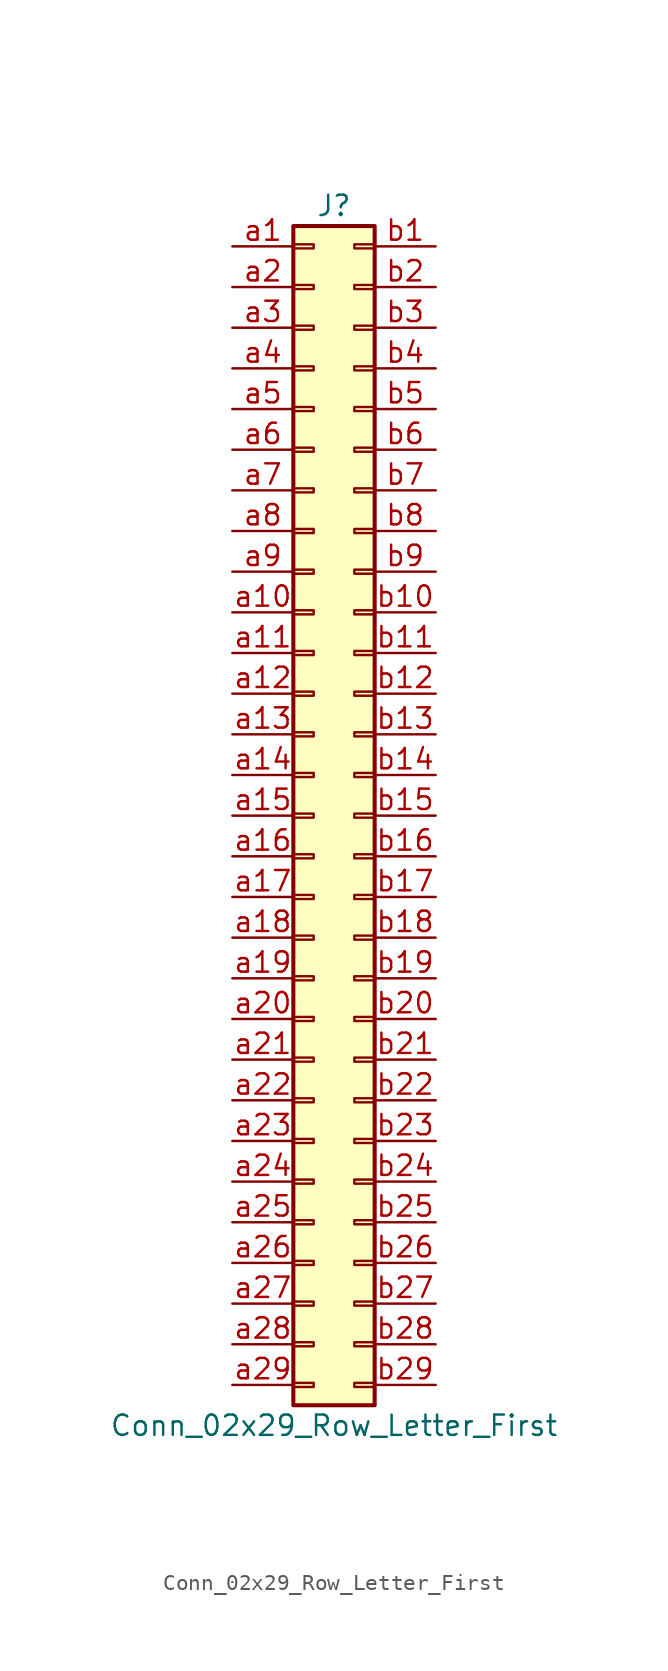
<source format=kicad_sym>
(kicad_symbol_lib
  (version 20201005)
  (generator kicad_symbol_editor)
  (symbol "Conn_02x29_Row_Letter_First"
    (pin_names
      (offset 1.016) hide)
    (property "Reference" "J"
      (at 1.27 38.1 0)
      (effects (font (size 1.27 1.27))))
    (property "Value" "Conn_02x29_Row_Letter_First"
      (at 1.27 -38.1 0)
      (effects (font (size 1.27 1.27))))
    (symbol "Conn_02x29_Row_Letter_First_1_1"
      (rectangle (start -1.27 -35.433) (end 0 -35.687) (stroke (width 0.152)) (fill (type none)))
      (rectangle (start -1.27 -32.893) (end 0 -33.147) (stroke (width 0.152)) (fill (type none)))
      (rectangle (start -1.27 -30.353) (end 0 -30.607) (stroke (width 0.152)) (fill (type none)))
      (rectangle (start -1.27 -27.813) (end 0 -28.067) (stroke (width 0.152)) (fill (type none)))
      (rectangle (start -1.27 -25.273) (end 0 -25.527) (stroke (width 0.152)) (fill (type none)))
      (rectangle (start -1.27 -22.733) (end 0 -22.987) (stroke (width 0.152)) (fill (type none)))
      (rectangle (start -1.27 -20.193) (end 0 -20.447) (stroke (width 0.152)) (fill (type none)))
      (rectangle (start -1.27 -17.653) (end 0 -17.907) (stroke (width 0.152)) (fill (type none)))
      (rectangle (start -1.27 -15.113) (end 0 -15.367) (stroke (width 0.152)) (fill (type none)))
      (rectangle (start -1.27 -12.573) (end 0 -12.827) (stroke (width 0.152)) (fill (type none)))
      (rectangle (start -1.27 -10.033) (end 0 -10.287) (stroke (width 0.152)) (fill (type none)))
      (rectangle (start -1.27 -7.493) (end 0 -7.747) (stroke (width 0.152)) (fill (type none)))
      (rectangle (start -1.27 -4.953) (end 0 -5.207) (stroke (width 0.152)) (fill (type none)))
      (rectangle (start -1.27 -2.413) (end 0 -2.667) (stroke (width 0.152)) (fill (type none)))
      (rectangle (start -1.27 0.127) (end 0 -0.127) (stroke (width 0.152)) (fill (type none)))
      (rectangle (start -1.27 2.667) (end 0 2.413) (stroke (width 0.152)) (fill (type none)))
      (rectangle (start -1.27 5.207) (end 0 4.953) (stroke (width 0.152)) (fill (type none)))
      (rectangle (start -1.27 7.747) (end 0 7.493) (stroke (width 0.152)) (fill (type none)))
      (rectangle (start -1.27 10.287) (end 0 10.033) (stroke (width 0.152)) (fill (type none)))
      (rectangle (start -1.27 12.827) (end 0 12.573) (stroke (width 0.152)) (fill (type none)))
      (rectangle (start -1.27 15.367) (end 0 15.113) (stroke (width 0.152)) (fill (type none)))
      (rectangle (start -1.27 17.907) (end 0 17.653) (stroke (width 0.152)) (fill (type none)))
      (rectangle (start -1.27 20.447) (end 0 20.193) (stroke (width 0.152)) (fill (type none)))
      (rectangle (start -1.27 22.987) (end 0 22.733) (stroke (width 0.152)) (fill (type none)))
      (rectangle (start -1.27 25.527) (end 0 25.273) (stroke (width 0.152)) (fill (type none)))
      (rectangle (start -1.27 28.067) (end 0 27.813) (stroke (width 0.152)) (fill (type none)))
      (rectangle (start -1.27 30.607) (end 0 30.353) (stroke (width 0.152)) (fill (type none)))
      (rectangle (start -1.27 33.147) (end 0 32.893) (stroke (width 0.152)) (fill (type none)))
      (rectangle (start -1.27 35.687) (end 0 35.433) (stroke (width 0.152)) (fill (type none)))
      (rectangle (start 3.81 -35.433) (end 2.54 -35.687) (stroke (width 0.152)) (fill (type none)))
      (rectangle (start 3.81 -32.893) (end 2.54 -33.147) (stroke (width 0.152)) (fill (type none)))
      (rectangle (start 3.81 -30.353) (end 2.54 -30.607) (stroke (width 0.152)) (fill (type none)))
      (rectangle (start 3.81 -27.813) (end 2.54 -28.067) (stroke (width 0.152)) (fill (type none)))
      (rectangle (start 3.81 -25.273) (end 2.54 -25.527) (stroke (width 0.152)) (fill (type none)))
      (rectangle (start 3.81 -22.733) (end 2.54 -22.987) (stroke (width 0.152)) (fill (type none)))
      (rectangle (start 3.81 -20.193) (end 2.54 -20.447) (stroke (width 0.152)) (fill (type none)))
      (rectangle (start 3.81 -17.653) (end 2.54 -17.907) (stroke (width 0.152)) (fill (type none)))
      (rectangle (start 3.81 -15.113) (end 2.54 -15.367) (stroke (width 0.152)) (fill (type none)))
      (rectangle (start 3.81 -12.573) (end 2.54 -12.827) (stroke (width 0.152)) (fill (type none)))
      (rectangle (start 3.81 -10.033) (end 2.54 -10.287) (stroke (width 0.152)) (fill (type none)))
      (rectangle (start 3.81 -7.493) (end 2.54 -7.747) (stroke (width 0.152)) (fill (type none)))
      (rectangle (start 3.81 -4.953) (end 2.54 -5.207) (stroke (width 0.152)) (fill (type none)))
      (rectangle (start 3.81 -2.413) (end 2.54 -2.667) (stroke (width 0.152)) (fill (type none)))
      (rectangle (start 3.81 0.127) (end 2.54 -0.127) (stroke (width 0.152)) (fill (type none)))
      (rectangle (start 3.81 2.667) (end 2.54 2.413) (stroke (width 0.152)) (fill (type none)))
      (rectangle (start 3.81 5.207) (end 2.54 4.953) (stroke (width 0.152)) (fill (type none)))
      (rectangle (start 3.81 7.747) (end 2.54 7.493) (stroke (width 0.152)) (fill (type none)))
      (rectangle (start 3.81 10.287) (end 2.54 10.033) (stroke (width 0.152)) (fill (type none)))
      (rectangle (start 3.81 12.827) (end 2.54 12.573) (stroke (width 0.152)) (fill (type none)))
      (rectangle (start 3.81 15.367) (end 2.54 15.113) (stroke (width 0.152)) (fill (type none)))
      (rectangle (start 3.81 17.907) (end 2.54 17.653) (stroke (width 0.152)) (fill (type none)))
      (rectangle (start 3.81 20.447) (end 2.54 20.193) (stroke (width 0.152)) (fill (type none)))
      (rectangle (start 3.81 22.987) (end 2.54 22.733) (stroke (width 0.152)) (fill (type none)))
      (rectangle (start 3.81 25.527) (end 2.54 25.273) (stroke (width 0.152)) (fill (type none)))
      (rectangle (start 3.81 28.067) (end 2.54 27.813) (stroke (width 0.152)) (fill (type none)))
      (rectangle (start 3.81 30.607) (end 2.54 30.353) (stroke (width 0.152)) (fill (type none)))
      (rectangle (start 3.81 33.147) (end 2.54 32.893) (stroke (width 0.152)) (fill (type none)))
      (rectangle (start 3.81 35.687) (end 2.54 35.433) (stroke (width 0.152)) (fill (type none)))
      (rectangle (start -1.27 36.83) (end 3.81 -36.83) (stroke (width 0.254)) (fill (type background)))
      (pin passive line (at -5.08 35.56 0) (length 3.81) (name "Pin_a1" (effects (font (size 1.27 1.27)))) (number "a1" (effects (font (size 1.27 1.27)))))
      (pin passive line (at -5.08 12.7 0) (length 3.81) (name "Pin_a10" (effects (font (size 1.27 1.27)))) (number "a10" (effects (font (size 1.27 1.27)))))
      (pin passive line (at -5.08 10.16 0) (length 3.81) (name "Pin_a11" (effects (font (size 1.27 1.27)))) (number "a11" (effects (font (size 1.27 1.27)))))
      (pin passive line (at -5.08 7.62 0) (length 3.81) (name "Pin_a12" (effects (font (size 1.27 1.27)))) (number "a12" (effects (font (size 1.27 1.27)))))
      (pin passive line (at -5.08 5.08 0) (length 3.81) (name "Pin_a13" (effects (font (size 1.27 1.27)))) (number "a13" (effects (font (size 1.27 1.27)))))
      (pin passive line (at -5.08 2.54 0) (length 3.81) (name "Pin_a14" (effects (font (size 1.27 1.27)))) (number "a14" (effects (font (size 1.27 1.27)))))
      (pin passive line (at -5.08 0 0) (length 3.81) (name "Pin_a15" (effects (font (size 1.27 1.27)))) (number "a15" (effects (font (size 1.27 1.27)))))
      (pin passive line (at -5.08 -2.54 0) (length 3.81) (name "Pin_a16" (effects (font (size 1.27 1.27)))) (number "a16" (effects (font (size 1.27 1.27)))))
      (pin passive line (at -5.08 -5.08 0) (length 3.81) (name "Pin_a17" (effects (font (size 1.27 1.27)))) (number "a17" (effects (font (size 1.27 1.27)))))
      (pin passive line (at -5.08 -7.62 0) (length 3.81) (name "Pin_a18" (effects (font (size 1.27 1.27)))) (number "a18" (effects (font (size 1.27 1.27)))))
      (pin passive line (at -5.08 -10.16 0) (length 3.81) (name "Pin_a19" (effects (font (size 1.27 1.27)))) (number "a19" (effects (font (size 1.27 1.27)))))
      (pin passive line (at -5.08 33.02 0) (length 3.81) (name "Pin_a2" (effects (font (size 1.27 1.27)))) (number "a2" (effects (font (size 1.27 1.27)))))
      (pin passive line (at -5.08 -12.7 0) (length 3.81) (name "Pin_a20" (effects (font (size 1.27 1.27)))) (number "a20" (effects (font (size 1.27 1.27)))))
      (pin passive line (at -5.08 -15.24 0) (length 3.81) (name "Pin_a21" (effects (font (size 1.27 1.27)))) (number "a21" (effects (font (size 1.27 1.27)))))
      (pin passive line (at -5.08 -17.78 0) (length 3.81) (name "Pin_a22" (effects (font (size 1.27 1.27)))) (number "a22" (effects (font (size 1.27 1.27)))))
      (pin passive line (at -5.08 -20.32 0) (length 3.81) (name "Pin_a23" (effects (font (size 1.27 1.27)))) (number "a23" (effects (font (size 1.27 1.27)))))
      (pin passive line (at -5.08 -22.86 0) (length 3.81) (name "Pin_a24" (effects (font (size 1.27 1.27)))) (number "a24" (effects (font (size 1.27 1.27)))))
      (pin passive line (at -5.08 -25.4 0) (length 3.81) (name "Pin_a25" (effects (font (size 1.27 1.27)))) (number "a25" (effects (font (size 1.27 1.27)))))
      (pin passive line (at -5.08 -27.94 0) (length 3.81) (name "Pin_a26" (effects (font (size 1.27 1.27)))) (number "a26" (effects (font (size 1.27 1.27)))))
      (pin passive line (at -5.08 -30.48 0) (length 3.81) (name "Pin_a27" (effects (font (size 1.27 1.27)))) (number "a27" (effects (font (size 1.27 1.27)))))
      (pin passive line (at -5.08 -33.02 0) (length 3.81) (name "Pin_a28" (effects (font (size 1.27 1.27)))) (number "a28" (effects (font (size 1.27 1.27)))))
      (pin passive line (at -5.08 -35.56 0) (length 3.81) (name "Pin_a29" (effects (font (size 1.27 1.27)))) (number "a29" (effects (font (size 1.27 1.27)))))
      (pin passive line (at -5.08 30.48 0) (length 3.81) (name "Pin_a3" (effects (font (size 1.27 1.27)))) (number "a3" (effects (font (size 1.27 1.27)))))
      (pin passive line (at -5.08 27.94 0) (length 3.81) (name "Pin_a4" (effects (font (size 1.27 1.27)))) (number "a4" (effects (font (size 1.27 1.27)))))
      (pin passive line (at -5.08 25.4 0) (length 3.81) (name "Pin_a5" (effects (font (size 1.27 1.27)))) (number "a5" (effects (font (size 1.27 1.27)))))
      (pin passive line (at -5.08 22.86 0) (length 3.81) (name "Pin_a6" (effects (font (size 1.27 1.27)))) (number "a6" (effects (font (size 1.27 1.27)))))
      (pin passive line (at -5.08 20.32 0) (length 3.81) (name "Pin_a7" (effects (font (size 1.27 1.27)))) (number "a7" (effects (font (size 1.27 1.27)))))
      (pin passive line (at -5.08 17.78 0) (length 3.81) (name "Pin_a8" (effects (font (size 1.27 1.27)))) (number "a8" (effects (font (size 1.27 1.27)))))
      (pin passive line (at -5.08 15.24 0) (length 3.81) (name "Pin_a9" (effects (font (size 1.27 1.27)))) (number "a9" (effects (font (size 1.27 1.27)))))
      (pin passive line (at 7.62 35.56 180) (length 3.81) (name "Pin_b1" (effects (font (size 1.27 1.27)))) (number "b1" (effects (font (size 1.27 1.27)))))
      (pin passive line (at 7.62 12.7 180) (length 3.81) (name "Pin_b10" (effects (font (size 1.27 1.27)))) (number "b10" (effects (font (size 1.27 1.27)))))
      (pin passive line (at 7.62 10.16 180) (length 3.81) (name "Pin_b11" (effects (font (size 1.27 1.27)))) (number "b11" (effects (font (size 1.27 1.27)))))
      (pin passive line (at 7.62 7.62 180) (length 3.81) (name "Pin_b12" (effects (font (size 1.27 1.27)))) (number "b12" (effects (font (size 1.27 1.27)))))
      (pin passive line (at 7.62 5.08 180) (length 3.81) (name "Pin_b13" (effects (font (size 1.27 1.27)))) (number "b13" (effects (font (size 1.27 1.27)))))
      (pin passive line (at 7.62 2.54 180) (length 3.81) (name "Pin_b14" (effects (font (size 1.27 1.27)))) (number "b14" (effects (font (size 1.27 1.27)))))
      (pin passive line (at 7.62 0 180) (length 3.81) (name "Pin_b15" (effects (font (size 1.27 1.27)))) (number "b15" (effects (font (size 1.27 1.27)))))
      (pin passive line (at 7.62 -2.54 180) (length 3.81) (name "Pin_b16" (effects (font (size 1.27 1.27)))) (number "b16" (effects (font (size 1.27 1.27)))))
      (pin passive line (at 7.62 -5.08 180) (length 3.81) (name "Pin_b17" (effects (font (size 1.27 1.27)))) (number "b17" (effects (font (size 1.27 1.27)))))
      (pin passive line (at 7.62 -7.62 180) (length 3.81) (name "Pin_b18" (effects (font (size 1.27 1.27)))) (number "b18" (effects (font (size 1.27 1.27)))))
      (pin passive line (at 7.62 -10.16 180) (length 3.81) (name "Pin_b19" (effects (font (size 1.27 1.27)))) (number "b19" (effects (font (size 1.27 1.27)))))
      (pin passive line (at 7.62 33.02 180) (length 3.81) (name "Pin_b2" (effects (font (size 1.27 1.27)))) (number "b2" (effects (font (size 1.27 1.27)))))
      (pin passive line (at 7.62 -12.7 180) (length 3.81) (name "Pin_b20" (effects (font (size 1.27 1.27)))) (number "b20" (effects (font (size 1.27 1.27)))))
      (pin passive line (at 7.62 -15.24 180) (length 3.81) (name "Pin_b21" (effects (font (size 1.27 1.27)))) (number "b21" (effects (font (size 1.27 1.27)))))
      (pin passive line (at 7.62 -17.78 180) (length 3.81) (name "Pin_b22" (effects (font (size 1.27 1.27)))) (number "b22" (effects (font (size 1.27 1.27)))))
      (pin passive line (at 7.62 -20.32 180) (length 3.81) (name "Pin_b23" (effects (font (size 1.27 1.27)))) (number "b23" (effects (font (size 1.27 1.27)))))
      (pin passive line (at 7.62 -22.86 180) (length 3.81) (name "Pin_b24" (effects (font (size 1.27 1.27)))) (number "b24" (effects (font (size 1.27 1.27)))))
      (pin passive line (at 7.62 -25.4 180) (length 3.81) (name "Pin_b25" (effects (font (size 1.27 1.27)))) (number "b25" (effects (font (size 1.27 1.27)))))
      (pin passive line (at 7.62 -27.94 180) (length 3.81) (name "Pin_b26" (effects (font (size 1.27 1.27)))) (number "b26" (effects (font (size 1.27 1.27)))))
      (pin passive line (at 7.62 -30.48 180) (length 3.81) (name "Pin_b27" (effects (font (size 1.27 1.27)))) (number "b27" (effects (font (size 1.27 1.27)))))
      (pin passive line (at 7.62 -33.02 180) (length 3.81) (name "Pin_b28" (effects (font (size 1.27 1.27)))) (number "b28" (effects (font (size 1.27 1.27)))))
      (pin passive line (at 7.62 -35.56 180) (length 3.81) (name "Pin_b29" (effects (font (size 1.27 1.27)))) (number "b29" (effects (font (size 1.27 1.27)))))
      (pin passive line (at 7.62 30.48 180) (length 3.81) (name "Pin_b3" (effects (font (size 1.27 1.27)))) (number "b3" (effects (font (size 1.27 1.27)))))
      (pin passive line (at 7.62 27.94 180) (length 3.81) (name "Pin_b4" (effects (font (size 1.27 1.27)))) (number "b4" (effects (font (size 1.27 1.27)))))
      (pin passive line (at 7.62 25.4 180) (length 3.81) (name "Pin_b5" (effects (font (size 1.27 1.27)))) (number "b5" (effects (font (size 1.27 1.27)))))
      (pin passive line (at 7.62 22.86 180) (length 3.81) (name "Pin_b6" (effects (font (size 1.27 1.27)))) (number "b6" (effects (font (size 1.27 1.27)))))
      (pin passive line (at 7.62 20.32 180) (length 3.81) (name "Pin_b7" (effects (font (size 1.27 1.27)))) (number "b7" (effects (font (size 1.27 1.27)))))
      (pin passive line (at 7.62 17.78 180) (length 3.81) (name "Pin_b8" (effects (font (size 1.27 1.27)))) (number "b8" (effects (font (size 1.27 1.27)))))
      (pin passive line (at 7.62 15.24 180) (length 3.81) (name "Pin_b9" (effects (font (size 1.27 1.27)))) (number "b9" (effects (font (size 1.27 1.27))))))))
</source>
